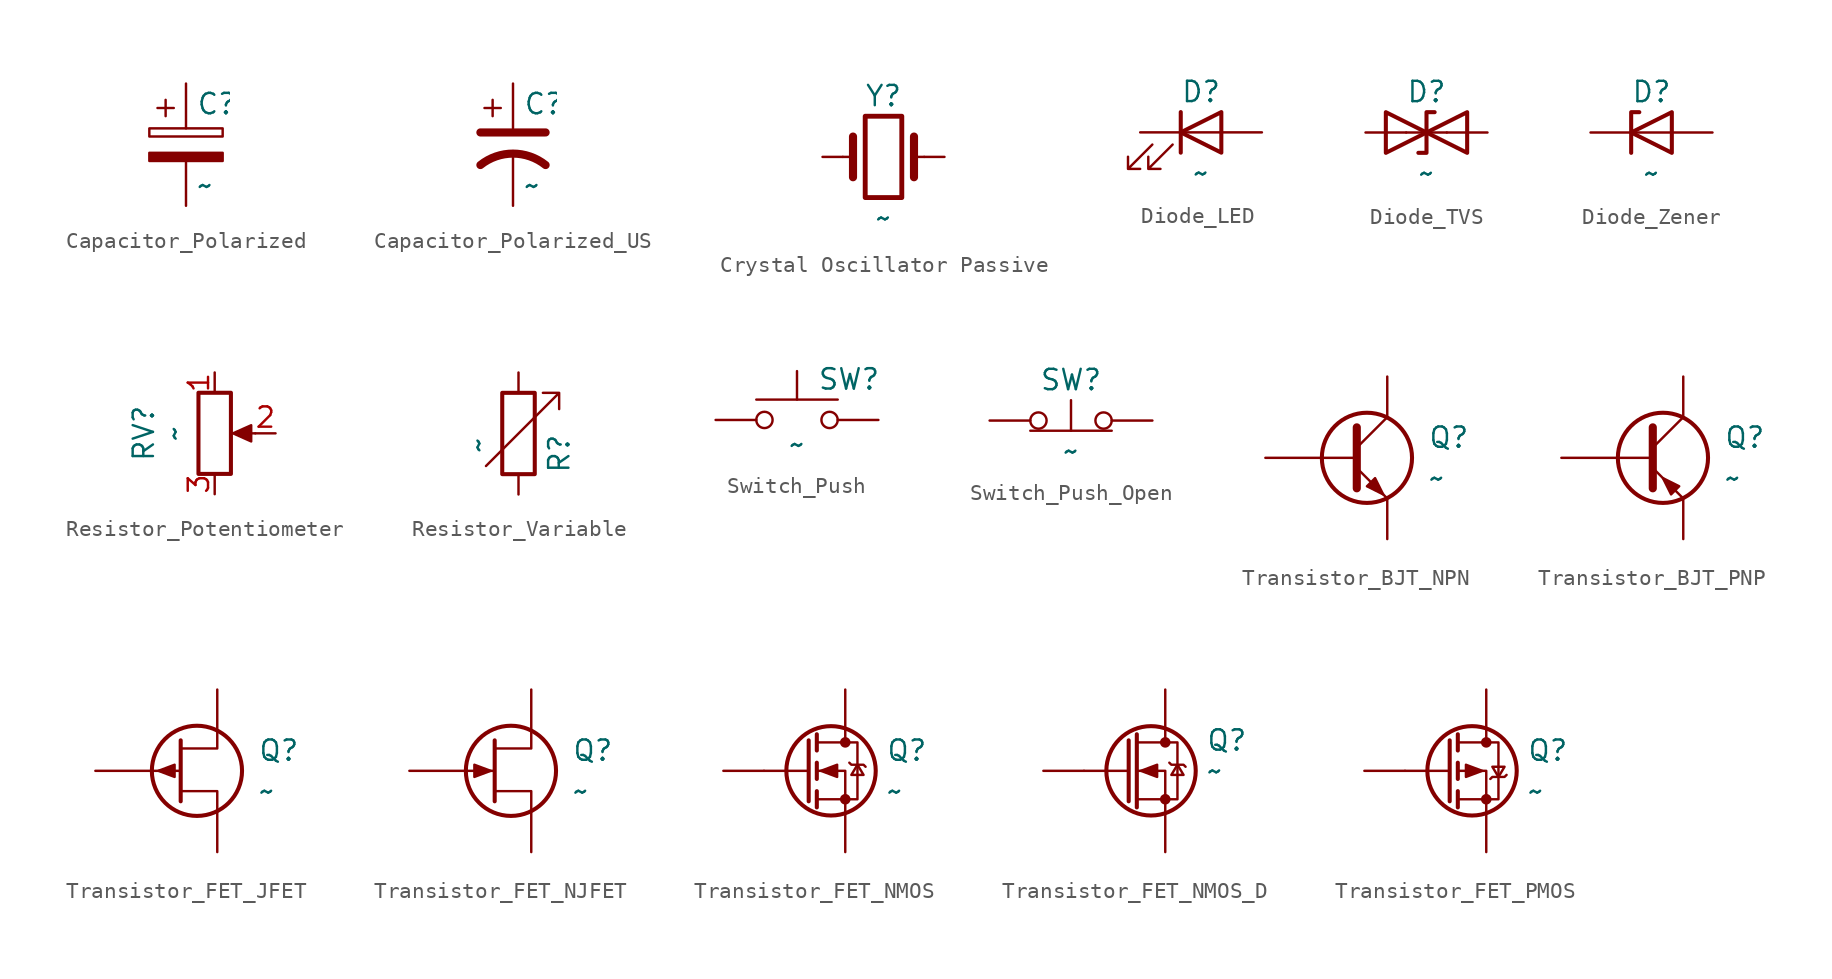
<source format=kicad_sym>
(kicad_symbol_lib
  (version 20231120)
  (generator "kicad_symbol_editor")
  (generator_version "8.0")
  (symbol "Capacitor_Polarized"
    (pin_numbers hide)
    (pin_names
      (offset 0.254))
    (property "Reference" "C"
      (at 0.635 2.54 0)
      (effects (font (size 1.27 1.27)) (justify left)))
    (property "Value" "~"
      (at 0.635 -2.54 0)
      (effects (font (size 1.27 1.27)) (justify left)))
    (symbol "Capacitor_Polarized_0_1"
      (rectangle (start -2.286 0.508) (end 2.286 1.016) (stroke (width 0) (type default)) (fill (type none)))
      (polyline (pts (xy -1.778 2.286) (xy -0.762 2.286)) (stroke (width 0) (type default)) (fill (type none)))
      (polyline (pts (xy -1.27 2.794) (xy -1.27 1.778)) (stroke (width 0) (type default)) (fill (type none)))
      (rectangle (start 2.286 -0.508) (end -2.286 -1.016) (stroke (width 0) (type default)) (fill (type outline))))
    (symbol "Capacitor_Polarized_1_1"
      (pin passive line (at 0 3.81 270) (length 2.794) (name "~" (effects (font (size 1.27 1.27)))) (number "1" (effects (font (size 1.27 1.27)))))
      (pin passive line (at 0 -3.81 90) (length 2.794) (name "~" (effects (font (size 1.27 1.27)))) (number "2" (effects (font (size 1.27 1.27)))))))
  (symbol "Capacitor_Polarized_US"
    (pin_numbers hide)
    (pin_names
      (offset 0.254) hide)
    (property "Reference" "C"
      (at 0.635 2.54 0)
      (effects (font (size 1.27 1.27)) (justify left)))
    (property "Value" "~"
      (at 0.635 -2.54 0)
      (effects (font (size 1.27 1.27)) (justify left)))
    (symbol "Capacitor_Polarized_US_0_1"
      (polyline (pts (xy -2.032 0.762) (xy 2.032 0.762)) (stroke (width 0.508) (type default)) (fill (type none)))
      (polyline (pts (xy -1.778 2.286) (xy -0.762 2.286)) (stroke (width 0) (type default)) (fill (type none)))
      (polyline (pts (xy -1.27 1.778) (xy -1.27 2.794)) (stroke (width 0) (type default)) (fill (type none)))
      (arc (start 2.032 -1.27) (mid 0 -0.5572) (end -2.032 -1.27) (stroke (width 0.508) (type default)) (fill (type none))))
    (symbol "Capacitor_Polarized_US_1_1"
      (pin passive line (at 0 3.81 270) (length 2.794) (name "~" (effects (font (size 1.27 1.27)))) (number "1" (effects (font (size 1.27 1.27)))))
      (pin passive line (at 0 -3.81 90) (length 3.302) (name "~" (effects (font (size 1.27 1.27)))) (number "2" (effects (font (size 1.27 1.27)))))))
  (symbol "Crystal Oscillator Passive"
    (pin_numbers hide)
    (pin_names
      (offset 1.016) hide)
    (property "Reference" "Y"
      (at 0 3.81 0)
      (effects (font (size 1.27 1.27))))
    (property "Value" "~"
      (at 0 -3.81 0)
      (effects (font (size 1.27 1.27))))
    (symbol "Crystal Oscillator Passive_0_1"
      (rectangle (start -1.143 2.54) (end 1.143 -2.54) (stroke (width 0.305) (type default)) (fill (type none)))
      (polyline (pts (xy -2.54 0) (xy -1.905 0)) (stroke (width 0) (type default)) (fill (type none)))
      (polyline (pts (xy -1.905 -1.27) (xy -1.905 1.27)) (stroke (width 0.508) (type default)) (fill (type none)))
      (polyline (pts (xy 1.905 -1.27) (xy 1.905 1.27)) (stroke (width 0.508) (type default)) (fill (type none)))
      (polyline (pts (xy 2.54 0) (xy 1.905 0)) (stroke (width 0) (type default)) (fill (type none))))
    (symbol "Crystal Oscillator Passive_1_1"
      (pin passive line (at -3.81 0 0) (length 1.27) (name "1" (effects (font (size 1.27 1.27)))) (number "1" (effects (font (size 1.27 1.27)))))
      (pin passive line (at 3.81 0 180) (length 1.27) (name "2" (effects (font (size 1.27 1.27)))) (number "2" (effects (font (size 1.27 1.27)))))))
  (symbol "Diode_LED"
    (pin_numbers hide)
    (pin_names
      (offset 1.016) hide)
    (property "Reference" "D"
      (at 0 2.54 0)
      (effects (font (size 1.27 1.27))))
    (property "Value" "~"
      (at 0 -2.54 0)
      (effects (font (size 1.27 1.27))))
    (symbol "Diode_LED_0_1"
      (polyline (pts (xy -1.27 -1.27) (xy -1.27 1.27)) (stroke (width 0.254) (type default)) (fill (type none)))
      (polyline (pts (xy -1.27 0) (xy 1.27 0)) (stroke (width 0) (type default)) (fill (type none)))
      (polyline (pts (xy 1.27 -1.27) (xy 1.27 1.27) (xy -1.27 0) (xy 1.27 -1.27)) (stroke (width 0.254) (type default)) (fill (type none)))
      (polyline (pts (xy -3.048 -0.762) (xy -4.572 -2.286) (xy -3.81 -2.286) (xy -4.572 -2.286) (xy -4.572 -1.524)) (stroke (width 0) (type default)) (fill (type none)))
      (polyline (pts (xy -1.778 -0.762) (xy -3.302 -2.286) (xy -2.54 -2.286) (xy -3.302 -2.286) (xy -3.302 -1.524)) (stroke (width 0) (type default)) (fill (type none))))
    (symbol "Diode_LED_1_1"
      (pin passive line (at -3.81 0 0) (length 2.54) (name "K" (effects (font (size 1.27 1.27)))) (number "1" (effects (font (size 1.27 1.27)))))
      (pin passive line (at 3.81 0 180) (length 2.54) (name "A" (effects (font (size 1.27 1.27)))) (number "2" (effects (font (size 1.27 1.27)))))))
  (symbol "Diode_TVS"
    (pin_numbers hide)
    (pin_names
      (offset 1.016) hide)
    (property "Reference" "D"
      (at 0 2.54 0)
      (effects (font (size 1.27 1.27))))
    (property "Value" "~"
      (at 0 -2.54 0)
      (effects (font (size 1.27 1.27))))
    (symbol "Diode_TVS_0_1"
      (polyline (pts (xy 1.27 0) (xy -1.27 0)) (stroke (width 0) (type default)) (fill (type none)))
      (polyline (pts (xy 0.508 1.27) (xy 0 1.27) (xy 0 -1.27) (xy -0.508 -1.27)) (stroke (width 0.254) (type default)) (fill (type none)))
      (polyline (pts (xy -2.54 1.27) (xy -2.54 -1.27) (xy 2.54 1.27) (xy 2.54 -1.27) (xy -2.54 1.27)) (stroke (width 0.254) (type default)) (fill (type none))))
    (symbol "Diode_TVS_1_1"
      (pin passive line (at -3.81 0 0) (length 2.54) (name "A1" (effects (font (size 1.27 1.27)))) (number "1" (effects (font (size 1.27 1.27)))))
      (pin passive line (at 3.81 0 180) (length 2.54) (name "A2" (effects (font (size 1.27 1.27)))) (number "2" (effects (font (size 1.27 1.27)))))))
  (symbol "Diode_Zener"
    (pin_numbers hide)
    (pin_names
      (offset 1.016) hide)
    (property "Reference" "D"
      (at 0 2.54 0)
      (effects (font (size 1.27 1.27))))
    (property "Value" "~"
      (at 0 -2.54 0)
      (effects (font (size 1.27 1.27))))
    (symbol "Diode_Zener_0_1"
      (polyline (pts (xy 1.27 0) (xy -1.27 0)) (stroke (width 0) (type default)) (fill (type none)))
      (polyline (pts (xy -1.27 -1.27) (xy -1.27 1.27) (xy -0.762 1.27)) (stroke (width 0.254) (type default)) (fill (type none)))
      (polyline (pts (xy 1.27 -1.27) (xy 1.27 1.27) (xy -1.27 0) (xy 1.27 -1.27)) (stroke (width 0.254) (type default)) (fill (type none))))
    (symbol "Diode_Zener_1_1"
      (pin passive line (at -3.81 0 0) (length 2.54) (name "K" (effects (font (size 1.27 1.27)))) (number "1" (effects (font (size 1.27 1.27)))))
      (pin passive line (at 3.81 0 180) (length 2.54) (name "A" (effects (font (size 1.27 1.27)))) (number "2" (effects (font (size 1.27 1.27)))))))
  (symbol "Resistor_Potentiometer"
    (pin_names
      (offset 1.016) hide)
    (property "Reference" "RV"
      (at -4.445 0 90)
      (effects (font (size 1.27 1.27))))
    (property "Value" "~"
      (at -2.54 0 90)
      (effects (font (size 1.27 1.27))))
    (symbol "Resistor_Potentiometer_0_1"
      (polyline (pts (xy 2.54 0) (xy 1.524 0)) (stroke (width 0) (type default)) (fill (type none)))
      (polyline (pts (xy 1.143 0) (xy 2.286 0.508) (xy 2.286 -0.508) (xy 1.143 0)) (stroke (width 0) (type default)) (fill (type outline)))
      (rectangle (start 1.016 2.54) (end -1.016 -2.54) (stroke (width 0.254) (type default)) (fill (type none))))
    (symbol "Resistor_Potentiometer_1_1"
      (pin passive line (at 0 3.81 270) (length 1.27) (name "1" (effects (font (size 1.27 1.27)))) (number "1" (effects (font (size 1.27 1.27)))))
      (pin passive line (at 3.81 0 180) (length 1.27) (name "2" (effects (font (size 1.27 1.27)))) (number "2" (effects (font (size 1.27 1.27)))))
      (pin passive line (at 0 -3.81 90) (length 1.27) (name "3" (effects (font (size 1.27 1.27)))) (number "3" (effects (font (size 1.27 1.27)))))))
  (symbol "Resistor_Variable"
    (pin_numbers hide)
    (pin_names
      (offset 0))
    (property "Reference" "R"
      (at 2.54 -2.54 90)
      (effects (font (size 1.27 1.27)) (justify left)))
    (property "Value" "~"
      (at -2.54 -1.27 90)
      (effects (font (size 1.27 1.27)) (justify left)))
    (symbol "Resistor_Variable_0_1"
      (rectangle (start -1.016 -2.54) (end 1.016 2.54) (stroke (width 0.254) (type default)) (fill (type none)))
      (polyline (pts (xy 2.54 1.524) (xy 2.54 2.54) (xy 1.524 2.54) (xy 2.54 2.54) (xy -2.032 -2.032)) (stroke (width 0) (type default)) (fill (type none))))
    (symbol "Resistor_Variable_1_1"
      (pin passive line (at 0 3.81 270) (length 1.27) (name "~" (effects (font (size 1.27 1.27)))) (number "1" (effects (font (size 1.27 1.27)))))
      (pin passive line (at 0 -3.81 90) (length 1.27) (name "~" (effects (font (size 1.27 1.27)))) (number "2" (effects (font (size 1.27 1.27)))))))
  (symbol "Switch_Push"
    (pin_numbers hide)
    (pin_names
      (offset 1.016) hide)
    (property "Reference" "SW"
      (at 1.27 2.54 0)
      (effects (font (size 1.27 1.27)) (justify left)))
    (property "Value" "~"
      (at 0 -1.524 0)
      (effects (font (size 1.27 1.27))))
    (symbol "Switch_Push_0_1"
      (circle (center -2.032 0) (radius 0.508) (stroke (width 0) (type default)) (fill (type none)))
      (polyline (pts (xy 0 1.27) (xy 0 3.048)) (stroke (width 0) (type default)) (fill (type none)))
      (polyline (pts (xy 2.54 1.27) (xy -2.54 1.27)) (stroke (width 0) (type default)) (fill (type none)))
      (circle (center 2.032 0) (radius 0.508) (stroke (width 0) (type default)) (fill (type none)))
      (pin passive line (at -5.08 0 0) (length 2.54) (name "1" (effects (font (size 1.27 1.27)))) (number "1" (effects (font (size 1.27 1.27)))))
      (pin passive line (at 5.08 0 180) (length 2.54) (name "2" (effects (font (size 1.27 1.27)))) (number "2" (effects (font (size 1.27 1.27)))))))
  (symbol "Switch_Push_Open"
    (pin_numbers hide)
    (pin_names
      (offset 1.016) hide)
    (property "Reference" "SW"
      (at 0 2.54 0)
      (effects (font (size 1.27 1.27))))
    (property "Value" "~"
      (at 0 -1.905 0)
      (effects (font (size 1.27 1.27))))
    (symbol "Switch_Push_Open_0_1"
      (circle (center -2.032 0) (radius 0.508) (stroke (width 0) (type default)) (fill (type none)))
      (polyline (pts (xy -2.54 -0.635) (xy 2.54 -0.635)) (stroke (width 0) (type default)) (fill (type none)))
      (polyline (pts (xy 0 -0.635) (xy 0 1.27)) (stroke (width 0) (type default)) (fill (type none)))
      (circle (center 2.032 0) (radius 0.508) (stroke (width 0) (type default)) (fill (type none)))
      (pin passive line (at -5.08 0 0) (length 2.54) (name "A" (effects (font (size 1.27 1.27)))) (number "1" (effects (font (size 1.27 1.27))))))
    (symbol "Switch_Push_Open_1_1"
      (pin passive line (at 5.08 0 180) (length 2.54) (name "B" (effects (font (size 1.27 1.27)))) (number "2" (effects (font (size 1.27 1.27)))))))
  (symbol "Transistor_BJT_NPN"
    (pin_numbers hide)
    (pin_names
      (offset 0) hide)
    (property "Reference" "Q"
      (at 5.08 1.27 0)
      (effects (font (size 1.27 1.27)) (justify left)))
    (property "Value" "~"
      (at 5.08 -1.27 0)
      (effects (font (size 1.27 1.27)) (justify left)))
    (symbol "Transistor_BJT_NPN_0_1"
      (polyline (pts (xy 0.635 0.635) (xy 2.54 2.54)) (stroke (width 0) (type default)) (fill (type none)))
      (polyline (pts (xy 0.635 -0.635) (xy 2.54 -2.54) (xy 2.54 -2.54)) (stroke (width 0) (type default)) (fill (type none)))
      (polyline (pts (xy 0.635 1.905) (xy 0.635 -1.905) (xy 0.635 -1.905)) (stroke (width 0.508) (type default)) (fill (type none)))
      (polyline (pts (xy 1.27 -1.778) (xy 1.778 -1.27) (xy 2.286 -2.286) (xy 1.27 -1.778) (xy 1.27 -1.778)) (stroke (width 0) (type default)) (fill (type outline)))
      (circle (center 1.27 0) (radius 2.819) (stroke (width 0.254) (type default)) (fill (type none))))
    (symbol "Transistor_BJT_NPN_1_1"
      (pin input line (at -5.08 0 0) (length 5.715) (name "B" (effects (font (size 1.27 1.27)))) (number "1" (effects (font (size 1.27 1.27)))))
      (pin passive line (at 2.54 -5.08 90) (length 2.54) (name "E" (effects (font (size 1.27 1.27)))) (number "2" (effects (font (size 1.27 1.27)))))
      (pin passive line (at 2.54 5.08 270) (length 2.54) (name "C" (effects (font (size 1.27 1.27)))) (number "3" (effects (font (size 1.27 1.27)))))))
  (symbol "Transistor_BJT_PNP"
    (pin_numbers hide)
    (pin_names
      (offset 0) hide)
    (property "Reference" "Q"
      (at 5.08 1.27 0)
      (effects (font (size 1.27 1.27)) (justify left)))
    (property "Value" "~"
      (at 5.08 -1.27 0)
      (effects (font (size 1.27 1.27)) (justify left)))
    (symbol "Transistor_BJT_PNP_0_1"
      (polyline (pts (xy 0.635 0.635) (xy 2.54 2.54)) (stroke (width 0) (type default)) (fill (type none)))
      (polyline (pts (xy 0.635 -0.635) (xy 2.54 -2.54) (xy 2.54 -2.54)) (stroke (width 0) (type default)) (fill (type none)))
      (polyline (pts (xy 0.635 1.905) (xy 0.635 -1.905) (xy 0.635 -1.905)) (stroke (width 0.508) (type default)) (fill (type none)))
      (polyline (pts (xy 2.286 -1.778) (xy 1.778 -2.286) (xy 1.27 -1.27) (xy 2.286 -1.778) (xy 2.286 -1.778)) (stroke (width 0) (type default)) (fill (type outline)))
      (circle (center 1.27 0) (radius 2.819) (stroke (width 0.254) (type default)) (fill (type none))))
    (symbol "Transistor_BJT_PNP_1_1"
      (pin input line (at -5.08 0 0) (length 5.715) (name "B" (effects (font (size 1.27 1.27)))) (number "1" (effects (font (size 1.27 1.27)))))
      (pin passive line (at 2.54 -5.08 90) (length 2.54) (name "E" (effects (font (size 1.27 1.27)))) (number "2" (effects (font (size 1.27 1.27)))))
      (pin passive line (at 2.54 5.08 270) (length 2.54) (name "C" (effects (font (size 1.27 1.27)))) (number "3" (effects (font (size 1.27 1.27)))))))
  (symbol "Transistor_FET_JFET"
    (pin_numbers hide)
    (pin_names
      (offset 0) hide)
    (property "Reference" "Q"
      (at 5.08 1.27 0)
      (effects (font (size 1.27 1.27)) (justify left)))
    (property "Value" "~"
      (at 5.08 -1.27 0)
      (effects (font (size 1.27 1.27)) (justify left)))
    (symbol "Transistor_FET_JFET_0_1"
      (polyline (pts (xy 0.254 1.905) (xy 0.254 -1.905) (xy 0.254 -1.905)) (stroke (width 0.254) (type default)) (fill (type none)))
      (polyline (pts (xy 2.54 -2.54) (xy 2.54 -1.27) (xy 0.254 -1.27)) (stroke (width 0) (type default)) (fill (type none)))
      (polyline (pts (xy 2.54 2.54) (xy 2.54 1.397) (xy 0.254 1.397)) (stroke (width 0) (type default)) (fill (type none)))
      (polyline (pts (xy -1.143 0) (xy -0.127 0.381) (xy -0.127 -0.381) (xy -1.143 0)) (stroke (width 0) (type default)) (fill (type outline)))
      (circle (center 1.27 0) (radius 2.819) (stroke (width 0.254) (type default)) (fill (type none))))
    (symbol "Transistor_FET_JFET_1_1"
      (pin passive line (at 2.54 5.08 270) (length 2.54) (name "D" (effects (font (size 1.27 1.27)))) (number "1" (effects (font (size 1.27 1.27)))))
      (pin input line (at -5.08 0 0) (length 5.334) (name "G" (effects (font (size 1.27 1.27)))) (number "2" (effects (font (size 1.27 1.27)))))
      (pin passive line (at 2.54 -5.08 90) (length 2.54) (name "S" (effects (font (size 1.27 1.27)))) (number "3" (effects (font (size 1.27 1.27)))))))
  (symbol "Transistor_FET_NJFET"
    (pin_numbers hide)
    (pin_names
      (offset 0) hide)
    (property "Reference" "Q"
      (at 5.08 1.27 0)
      (effects (font (size 1.27 1.27)) (justify left)))
    (property "Value" "~"
      (at 5.08 -1.27 0)
      (effects (font (size 1.27 1.27)) (justify left)))
    (symbol "Transistor_FET_NJFET_0_1"
      (polyline (pts (xy 0.254 1.905) (xy 0.254 -1.905) (xy 0.254 -1.905)) (stroke (width 0.254) (type default)) (fill (type none)))
      (polyline (pts (xy 2.54 -2.54) (xy 2.54 -1.27) (xy 0.254 -1.27)) (stroke (width 0) (type default)) (fill (type none)))
      (polyline (pts (xy 2.54 2.54) (xy 2.54 1.397) (xy 0.254 1.397)) (stroke (width 0) (type default)) (fill (type none)))
      (polyline (pts (xy 0 0) (xy -1.016 0.381) (xy -1.016 -0.381) (xy 0 0)) (stroke (width 0) (type default)) (fill (type outline)))
      (circle (center 1.27 0) (radius 2.819) (stroke (width 0.254) (type default)) (fill (type none))))
    (symbol "Transistor_FET_NJFET_1_1"
      (pin passive line (at 2.54 5.08 270) (length 2.54) (name "D" (effects (font (size 1.27 1.27)))) (number "1" (effects (font (size 1.27 1.27)))))
      (pin input line (at -5.08 0 0) (length 5.334) (name "G" (effects (font (size 1.27 1.27)))) (number "2" (effects (font (size 1.27 1.27)))))
      (pin passive line (at 2.54 -5.08 90) (length 2.54) (name "S" (effects (font (size 1.27 1.27)))) (number "3" (effects (font (size 1.27 1.27)))))))
  (symbol "Transistor_FET_NMOS"
    (pin_numbers hide)
    (pin_names
      (offset 0) hide)
    (property "Reference" "Q"
      (at 5.08 1.27 0)
      (effects (font (size 1.27 1.27)) (justify left)))
    (property "Value" "~"
      (at 5.08 -1.27 0)
      (effects (font (size 1.27 1.27)) (justify left)))
    (symbol "Transistor_FET_NMOS_0_1"
      (polyline (pts (xy 0.254 0) (xy -2.54 0)) (stroke (width 0) (type default)) (fill (type none)))
      (polyline (pts (xy 0.254 1.905) (xy 0.254 -1.905)) (stroke (width 0.254) (type default)) (fill (type none)))
      (polyline (pts (xy 0.762 -1.27) (xy 0.762 -2.286)) (stroke (width 0.254) (type default)) (fill (type none)))
      (polyline (pts (xy 0.762 0.508) (xy 0.762 -0.508)) (stroke (width 0.254) (type default)) (fill (type none)))
      (polyline (pts (xy 0.762 2.286) (xy 0.762 1.27)) (stroke (width 0.254) (type default)) (fill (type none)))
      (polyline (pts (xy 2.54 2.54) (xy 2.54 1.778)) (stroke (width 0) (type default)) (fill (type none)))
      (polyline (pts (xy 2.54 -2.54) (xy 2.54 0) (xy 0.762 0)) (stroke (width 0) (type default)) (fill (type none)))
      (polyline (pts (xy 0.762 -1.778) (xy 3.302 -1.778) (xy 3.302 1.778) (xy 0.762 1.778)) (stroke (width 0) (type default)) (fill (type none)))
      (polyline (pts (xy 1.016 0) (xy 2.032 0.381) (xy 2.032 -0.381) (xy 1.016 0)) (stroke (width 0) (type default)) (fill (type outline)))
      (polyline (pts (xy 2.794 0.508) (xy 2.921 0.381) (xy 3.683 0.381) (xy 3.81 0.254)) (stroke (width 0) (type default)) (fill (type none)))
      (polyline (pts (xy 3.302 0.381) (xy 2.921 -0.254) (xy 3.683 -0.254) (xy 3.302 0.381)) (stroke (width 0) (type default)) (fill (type none)))
      (circle (center 1.651 0) (radius 2.794) (stroke (width 0.254) (type default)) (fill (type none)))
      (circle (center 2.54 -1.778) (radius 0.254) (stroke (width 0) (type default)) (fill (type outline)))
      (circle (center 2.54 1.778) (radius 0.254) (stroke (width 0) (type default)) (fill (type outline))))
    (symbol "Transistor_FET_NMOS_1_1"
      (pin passive line (at 2.54 5.08 270) (length 2.54) (name "D" (effects (font (size 1.27 1.27)))) (number "1" (effects (font (size 1.27 1.27)))))
      (pin input line (at -5.08 0 0) (length 2.54) (name "G" (effects (font (size 1.27 1.27)))) (number "2" (effects (font (size 1.27 1.27)))))
      (pin passive line (at 2.54 -5.08 90) (length 2.54) (name "S" (effects (font (size 1.27 1.27)))) (number "3" (effects (font (size 1.27 1.27)))))))
  (symbol "Transistor_FET_NMOS_D"
    (pin_numbers hide)
    (pin_names
      (offset 0) hide)
    (property "Reference" "Q"
      (at 5.08 1.905 0)
      (effects (font (size 1.27 1.27)) (justify left)))
    (property "Value" "~"
      (at 5.08 0 0)
      (effects (font (size 1.27 1.27)) (justify left)))
    (symbol "Transistor_FET_NMOS_D_0_1"
      (polyline (pts (xy 0.254 0) (xy -2.54 0)) (stroke (width 0) (type default)) (fill (type none)))
      (polyline (pts (xy 0.254 1.905) (xy 0.254 -1.905)) (stroke (width 0.254) (type default)) (fill (type none)))
      (polyline (pts (xy 0.762 2.286) (xy 0.762 -2.286)) (stroke (width 0.254) (type default)) (fill (type none)))
      (polyline (pts (xy 2.54 2.54) (xy 2.54 1.778)) (stroke (width 0) (type default)) (fill (type none)))
      (polyline (pts (xy 2.54 -2.54) (xy 2.54 0) (xy 0.762 0)) (stroke (width 0) (type default)) (fill (type none)))
      (polyline (pts (xy 0.762 -1.778) (xy 3.302 -1.778) (xy 3.302 1.778) (xy 0.762 1.778)) (stroke (width 0) (type default)) (fill (type none)))
      (polyline (pts (xy 1.016 0) (xy 2.032 0.381) (xy 2.032 -0.381) (xy 1.016 0)) (stroke (width 0) (type default)) (fill (type outline)))
      (polyline (pts (xy 2.794 0.508) (xy 2.921 0.381) (xy 3.683 0.381) (xy 3.81 0.254)) (stroke (width 0) (type default)) (fill (type none)))
      (polyline (pts (xy 3.302 0.381) (xy 2.921 -0.254) (xy 3.683 -0.254) (xy 3.302 0.381)) (stroke (width 0) (type default)) (fill (type none)))
      (circle (center 1.651 0) (radius 2.794) (stroke (width 0.254) (type default)) (fill (type none)))
      (circle (center 2.54 -1.778) (radius 0.254) (stroke (width 0) (type default)) (fill (type outline)))
      (circle (center 2.54 1.778) (radius 0.254) (stroke (width 0) (type default)) (fill (type outline))))
    (symbol "Transistor_FET_NMOS_D_1_1"
      (pin passive line (at 2.54 5.08 270) (length 2.54) (name "D" (effects (font (size 1.27 1.27)))) (number "1" (effects (font (size 1.27 1.27)))))
      (pin input line (at -5.08 0 0) (length 2.54) (name "G" (effects (font (size 1.27 1.27)))) (number "2" (effects (font (size 1.27 1.27)))))
      (pin passive line (at 2.54 -5.08 90) (length 2.54) (name "S" (effects (font (size 1.27 1.27)))) (number "3" (effects (font (size 1.27 1.27)))))))
  (symbol "Transistor_FET_PMOS"
    (pin_numbers hide)
    (pin_names
      (offset 0) hide)
    (property "Reference" "Q"
      (at 5.08 1.27 0)
      (effects (font (size 1.27 1.27)) (justify left)))
    (property "Value" "~"
      (at 5.08 -1.27 0)
      (effects (font (size 1.27 1.27)) (justify left)))
    (symbol "Transistor_FET_PMOS_0_1"
      (polyline (pts (xy 0.254 0) (xy -2.54 0)) (stroke (width 0) (type default)) (fill (type none)))
      (polyline (pts (xy 0.254 1.905) (xy 0.254 -1.905)) (stroke (width 0.254) (type default)) (fill (type none)))
      (polyline (pts (xy 0.762 -1.27) (xy 0.762 -2.286)) (stroke (width 0.254) (type default)) (fill (type none)))
      (polyline (pts (xy 0.762 0.508) (xy 0.762 -0.508)) (stroke (width 0.254) (type default)) (fill (type none)))
      (polyline (pts (xy 0.762 2.286) (xy 0.762 1.27)) (stroke (width 0.254) (type default)) (fill (type none)))
      (polyline (pts (xy 2.54 2.54) (xy 2.54 1.778)) (stroke (width 0) (type default)) (fill (type none)))
      (polyline (pts (xy 2.54 -2.54) (xy 2.54 0) (xy 0.762 0)) (stroke (width 0) (type default)) (fill (type none)))
      (polyline (pts (xy 0.762 1.778) (xy 3.302 1.778) (xy 3.302 -1.778) (xy 0.762 -1.778)) (stroke (width 0) (type default)) (fill (type none)))
      (polyline (pts (xy 2.286 0) (xy 1.27 0.381) (xy 1.27 -0.381) (xy 2.286 0)) (stroke (width 0) (type default)) (fill (type outline)))
      (polyline (pts (xy 2.794 -0.508) (xy 2.921 -0.381) (xy 3.683 -0.381) (xy 3.81 -0.254)) (stroke (width 0) (type default)) (fill (type none)))
      (polyline (pts (xy 3.302 -0.381) (xy 2.921 0.254) (xy 3.683 0.254) (xy 3.302 -0.381)) (stroke (width 0) (type default)) (fill (type none)))
      (circle (center 1.651 0) (radius 2.794) (stroke (width 0.254) (type default)) (fill (type none)))
      (circle (center 2.54 -1.778) (radius 0.254) (stroke (width 0) (type default)) (fill (type outline)))
      (circle (center 2.54 1.778) (radius 0.254) (stroke (width 0) (type default)) (fill (type outline))))
    (symbol "Transistor_FET_PMOS_1_1"
      (pin passive line (at 2.54 5.08 270) (length 2.54) (name "D" (effects (font (size 1.27 1.27)))) (number "1" (effects (font (size 1.27 1.27)))))
      (pin input line (at -5.08 0 0) (length 2.54) (name "G" (effects (font (size 1.27 1.27)))) (number "2" (effects (font (size 1.27 1.27)))))
      (pin passive line (at 2.54 -5.08 90) (length 2.54) (name "S" (effects (font (size 1.27 1.27)))) (number "3" (effects (font (size 1.27 1.27))))))))
</source>
